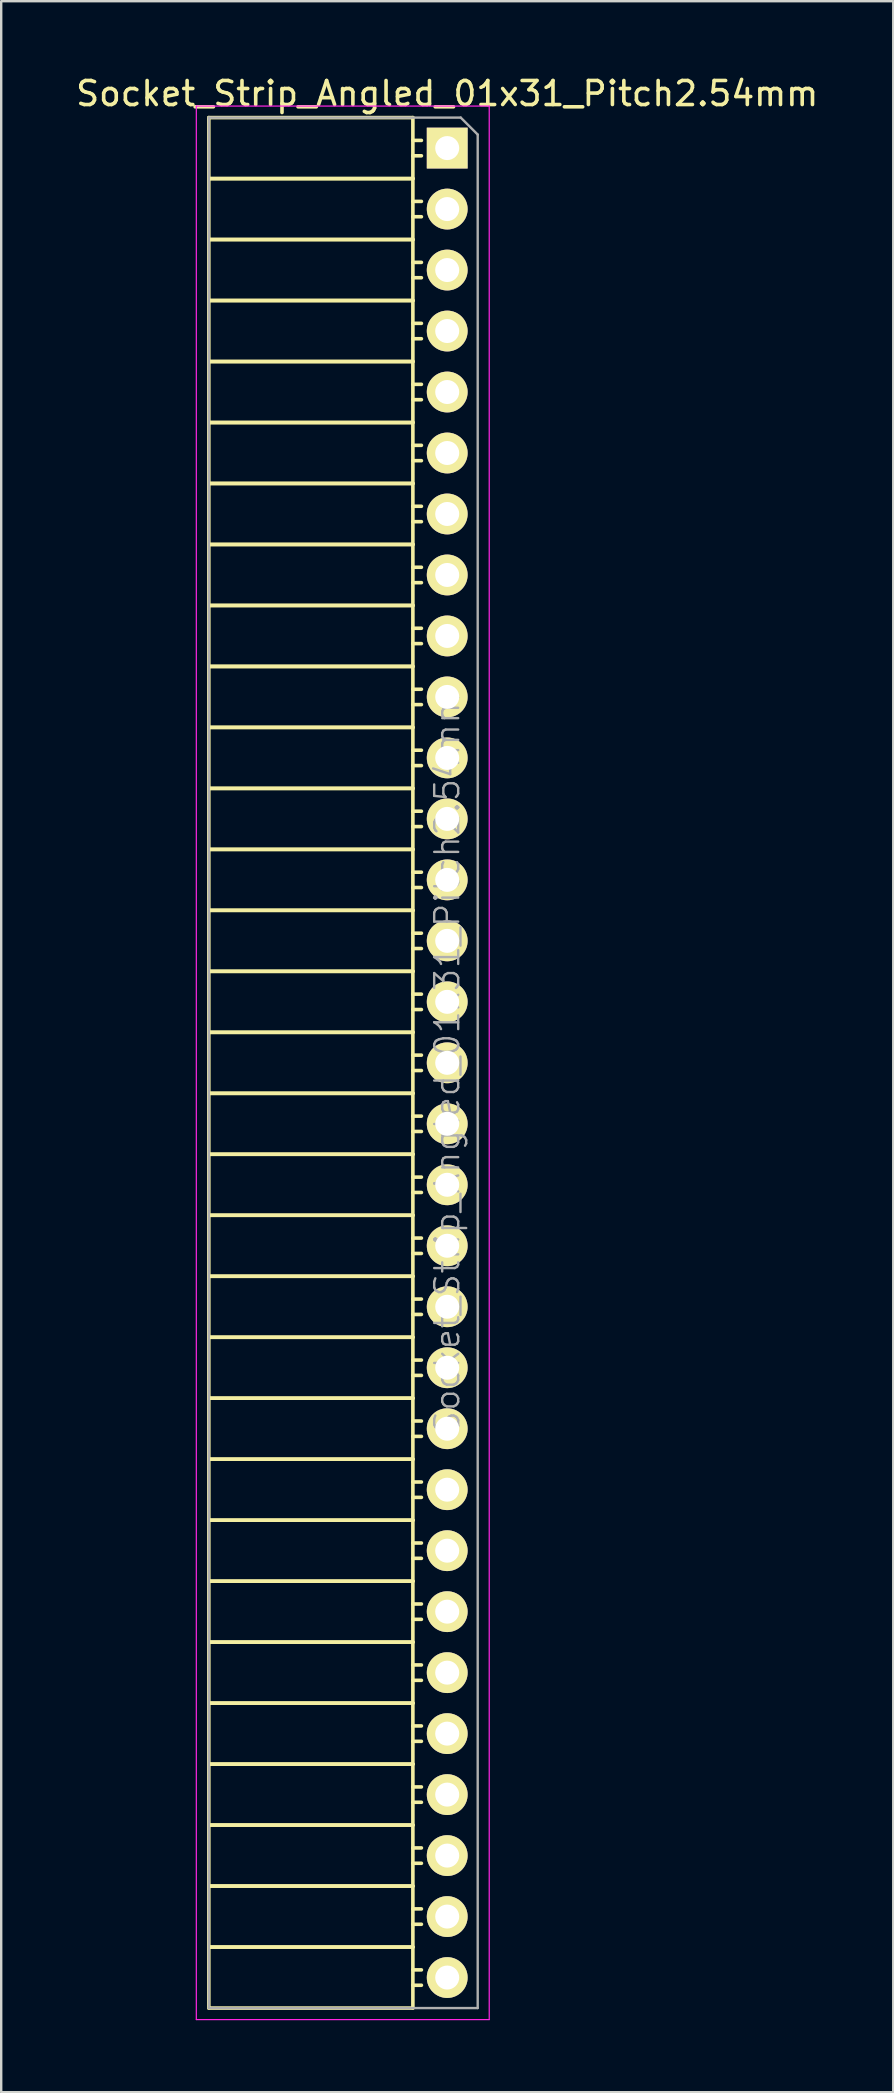
<source format=kicad_pcb>
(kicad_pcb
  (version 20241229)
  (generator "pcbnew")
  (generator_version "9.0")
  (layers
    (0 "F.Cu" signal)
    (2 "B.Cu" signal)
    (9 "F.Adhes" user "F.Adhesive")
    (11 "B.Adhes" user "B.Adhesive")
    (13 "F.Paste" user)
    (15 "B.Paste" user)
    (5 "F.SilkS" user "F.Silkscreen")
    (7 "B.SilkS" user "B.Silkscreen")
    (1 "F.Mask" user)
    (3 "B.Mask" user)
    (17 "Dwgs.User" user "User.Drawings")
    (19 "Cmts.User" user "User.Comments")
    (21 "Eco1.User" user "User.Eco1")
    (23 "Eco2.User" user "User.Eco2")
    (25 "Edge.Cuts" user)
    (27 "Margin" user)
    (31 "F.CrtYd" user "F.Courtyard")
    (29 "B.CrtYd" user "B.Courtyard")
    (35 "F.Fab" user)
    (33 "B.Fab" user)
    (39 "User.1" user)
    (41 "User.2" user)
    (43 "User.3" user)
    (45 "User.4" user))
  (footprint "Socket_Strip_Angled_01x31_Pitch2.54mm"
    (layer "F.Cu")
    (at 15.577 3.118)
    (property "Reference" "Socket_Strip_Angled_01x31_Pitch2.54mm" (at 0 -2.27 0) (layer "F.SilkS") (effects (font (size 1 1) (thickness 0.15))))
    (attr smd)
    (fp_line (start -9.93 -1.27) (end -9.93 1.27) (stroke (width 0.15) (type solid)) (layer "F.SilkS"))
    (fp_line (start -9.93 -1.27) (end -1.43 -1.27) (stroke (width 0.15) (type solid)) (layer "F.SilkS"))
    (fp_line (start -9.93 1.27) (end -9.93 3.81) (stroke (width 0.15) (type solid)) (layer "F.SilkS"))
    (fp_line (start -9.93 1.27) (end -1.43 1.27) (stroke (width 0.15) (type solid)) (layer "F.SilkS"))
    (fp_line (start -9.93 1.27) (end -1.43 1.27) (stroke (width 0.15) (type solid)) (layer "F.SilkS"))
    (fp_line (start -9.93 3.81) (end -9.93 6.35) (stroke (width 0.15) (type solid)) (layer "F.SilkS"))
    (fp_line (start -9.93 3.81) (end -1.43 3.81) (stroke (width 0.15) (type solid)) (layer "F.SilkS"))
    (fp_line (start -9.93 3.81) (end -1.43 3.81) (stroke (width 0.15) (type solid)) (layer "F.SilkS"))
    (fp_line (start -9.93 6.35) (end -9.93 8.89) (stroke (width 0.15) (type solid)) (layer "F.SilkS"))
    (fp_line (start -9.93 6.35) (end -1.43 6.35) (stroke (width 0.15) (type solid)) (layer "F.SilkS"))
    (fp_line (start -9.93 6.35) (end -1.43 6.35) (stroke (width 0.15) (type solid)) (layer "F.SilkS"))
    (fp_line (start -9.93 8.89) (end -9.93 11.43) (stroke (width 0.15) (type solid)) (layer "F.SilkS"))
    (fp_line (start -9.93 8.89) (end -1.43 8.89) (stroke (width 0.15) (type solid)) (layer "F.SilkS"))
    (fp_line (start -9.93 8.89) (end -1.43 8.89) (stroke (width 0.15) (type solid)) (layer "F.SilkS"))
    (fp_line (start -9.93 11.43) (end -9.93 13.97) (stroke (width 0.15) (type solid)) (layer "F.SilkS"))
    (fp_line (start -9.93 11.43) (end -1.43 11.43) (stroke (width 0.15) (type solid)) (layer "F.SilkS"))
    (fp_line (start -9.93 11.43) (end -1.43 11.43) (stroke (width 0.15) (type solid)) (layer "F.SilkS"))
    (fp_line (start -9.93 13.97) (end -9.93 16.51) (stroke (width 0.15) (type solid)) (layer "F.SilkS"))
    (fp_line (start -9.93 13.97) (end -1.43 13.97) (stroke (width 0.15) (type solid)) (layer "F.SilkS"))
    (fp_line (start -9.93 13.97) (end -1.43 13.97) (stroke (width 0.15) (type solid)) (layer "F.SilkS"))
    (fp_line (start -9.93 16.51) (end -9.93 19.05) (stroke (width 0.15) (type solid)) (layer "F.SilkS"))
    (fp_line (start -9.93 16.51) (end -1.43 16.51) (stroke (width 0.15) (type solid)) (layer "F.SilkS"))
    (fp_line (start -9.93 16.51) (end -1.43 16.51) (stroke (width 0.15) (type solid)) (layer "F.SilkS"))
    (fp_line (start -9.93 19.05) (end -9.93 21.59) (stroke (width 0.15) (type solid)) (layer "F.SilkS"))
    (fp_line (start -9.93 19.05) (end -1.43 19.05) (stroke (width 0.15) (type solid)) (layer "F.SilkS"))
    (fp_line (start -9.93 19.05) (end -1.43 19.05) (stroke (width 0.15) (type solid)) (layer "F.SilkS"))
    (fp_line (start -9.93 21.59) (end -9.93 24.13) (stroke (width 0.15) (type solid)) (layer "F.SilkS"))
    (fp_line (start -9.93 21.59) (end -1.43 21.59) (stroke (width 0.15) (type solid)) (layer "F.SilkS"))
    (fp_line (start -9.93 21.59) (end -1.43 21.59) (stroke (width 0.15) (type solid)) (layer "F.SilkS"))
    (fp_line (start -9.93 24.13) (end -9.93 26.67) (stroke (width 0.15) (type solid)) (layer "F.SilkS"))
    (fp_line (start -9.93 24.13) (end -1.43 24.13) (stroke (width 0.15) (type solid)) (layer "F.SilkS"))
    (fp_line (start -9.93 24.13) (end -1.43 24.13) (stroke (width 0.15) (type solid)) (layer "F.SilkS"))
    (fp_line (start -9.93 26.67) (end -9.93 29.21) (stroke (width 0.15) (type solid)) (layer "F.SilkS"))
    (fp_line (start -9.93 26.67) (end -1.43 26.67) (stroke (width 0.15) (type solid)) (layer "F.SilkS"))
    (fp_line (start -9.93 26.67) (end -1.43 26.67) (stroke (width 0.15) (type solid)) (layer "F.SilkS"))
    (fp_line (start -9.93 29.21) (end -9.93 31.75) (stroke (width 0.15) (type solid)) (layer "F.SilkS"))
    (fp_line (start -9.93 29.21) (end -1.43 29.21) (stroke (width 0.15) (type solid)) (layer "F.SilkS"))
    (fp_line (start -9.93 29.21) (end -1.43 29.21) (stroke (width 0.15) (type solid)) (layer "F.SilkS"))
    (fp_line (start -9.93 31.75) (end -9.93 34.29) (stroke (width 0.15) (type solid)) (layer "F.SilkS"))
    (fp_line (start -9.93 31.75) (end -1.43 31.75) (stroke (width 0.15) (type solid)) (layer "F.SilkS"))
    (fp_line (start -9.93 31.75) (end -1.43 31.75) (stroke (width 0.15) (type solid)) (layer "F.SilkS"))
    (fp_line (start -9.93 34.29) (end -9.93 36.83) (stroke (width 0.15) (type solid)) (layer "F.SilkS"))
    (fp_line (start -9.93 34.29) (end -1.43 34.29) (stroke (width 0.15) (type solid)) (layer "F.SilkS"))
    (fp_line (start -9.93 34.29) (end -1.43 34.29) (stroke (width 0.15) (type solid)) (layer "F.SilkS"))
    (fp_line (start -9.93 36.83) (end -9.93 39.37) (stroke (width 0.15) (type solid)) (layer "F.SilkS"))
    (fp_line (start -9.93 36.83) (end -1.43 36.83) (stroke (width 0.15) (type solid)) (layer "F.SilkS"))
    (fp_line (start -9.93 36.83) (end -1.43 36.83) (stroke (width 0.15) (type solid)) (layer "F.SilkS"))
    (fp_line (start -9.93 39.37) (end -9.93 41.91) (stroke (width 0.15) (type solid)) (layer "F.SilkS"))
    (fp_line (start -9.93 39.37) (end -1.43 39.37) (stroke (width 0.15) (type solid)) (layer "F.SilkS"))
    (fp_line (start -9.93 39.37) (end -1.43 39.37) (stroke (width 0.15) (type solid)) (layer "F.SilkS"))
    (fp_line (start -9.93 41.91) (end -9.93 44.45) (stroke (width 0.15) (type solid)) (layer "F.SilkS"))
    (fp_line (start -9.93 41.91) (end -1.43 41.91) (stroke (width 0.15) (type solid)) (layer "F.SilkS"))
    (fp_line (start -9.93 41.91) (end -1.43 41.91) (stroke (width 0.15) (type solid)) (layer "F.SilkS"))
    (fp_line (start -9.93 44.45) (end -9.93 46.99) (stroke (width 0.15) (type solid)) (layer "F.SilkS"))
    (fp_line (start -9.93 44.45) (end -1.43 44.45) (stroke (width 0.15) (type solid)) (layer "F.SilkS"))
    (fp_line (start -9.93 44.45) (end -1.43 44.45) (stroke (width 0.15) (type solid)) (layer "F.SilkS"))
    (fp_line (start -9.93 46.99) (end -9.93 49.53) (stroke (width 0.15) (type solid)) (layer "F.SilkS"))
    (fp_line (start -9.93 46.99) (end -1.43 46.99) (stroke (width 0.15) (type solid)) (layer "F.SilkS"))
    (fp_line (start -9.93 46.99) (end -1.43 46.99) (stroke (width 0.15) (type solid)) (layer "F.SilkS"))
    (fp_line (start -9.93 49.53) (end -9.93 52.07) (stroke (width 0.15) (type solid)) (layer "F.SilkS"))
    (fp_line (start -9.93 49.53) (end -1.43 49.53) (stroke (width 0.15) (type solid)) (layer "F.SilkS"))
    (fp_line (start -9.93 49.53) (end -1.43 49.53) (stroke (width 0.15) (type solid)) (layer "F.SilkS"))
    (fp_line (start -9.93 52.07) (end -9.93 54.61) (stroke (width 0.15) (type solid)) (layer "F.SilkS"))
    (fp_line (start -9.93 52.07) (end -1.43 52.07) (stroke (width 0.15) (type solid)) (layer "F.SilkS"))
    (fp_line (start -9.93 52.07) (end -1.43 52.07) (stroke (width 0.15) (type solid)) (layer "F.SilkS"))
    (fp_line (start -9.93 54.61) (end -9.93 57.15) (stroke (width 0.15) (type solid)) (layer "F.SilkS"))
    (fp_line (start -9.93 54.61) (end -1.43 54.61) (stroke (width 0.15) (type solid)) (layer "F.SilkS"))
    (fp_line (start -9.93 54.61) (end -1.43 54.61) (stroke (width 0.15) (type solid)) (layer "F.SilkS"))
    (fp_line (start -9.93 57.15) (end -9.93 59.69) (stroke (width 0.15) (type solid)) (layer "F.SilkS"))
    (fp_line (start -9.93 57.15) (end -1.43 57.15) (stroke (width 0.15) (type solid)) (layer "F.SilkS"))
    (fp_line (start -9.93 57.15) (end -1.43 57.15) (stroke (width 0.15) (type solid)) (layer "F.SilkS"))
    (fp_line (start -9.93 59.69) (end -9.93 62.23) (stroke (width 0.15) (type solid)) (layer "F.SilkS"))
    (fp_line (start -9.93 59.69) (end -1.43 59.69) (stroke (width 0.15) (type solid)) (layer "F.SilkS"))
    (fp_line (start -9.93 59.69) (end -1.43 59.69) (stroke (width 0.15) (type solid)) (layer "F.SilkS"))
    (fp_line (start -9.93 62.23) (end -9.93 64.77) (stroke (width 0.15) (type solid)) (layer "F.SilkS"))
    (fp_line (start -9.93 62.23) (end -1.43 62.23) (stroke (width 0.15) (type solid)) (layer "F.SilkS"))
    (fp_line (start -9.93 62.23) (end -1.43 62.23) (stroke (width 0.15) (type solid)) (layer "F.SilkS"))
    (fp_line (start -9.93 64.77) (end -9.93 67.31) (stroke (width 0.15) (type solid)) (layer "F.SilkS"))
    (fp_line (start -9.93 64.77) (end -1.43 64.77) (stroke (width 0.15) (type solid)) (layer "F.SilkS"))
    (fp_line (start -9.93 64.77) (end -1.43 64.77) (stroke (width 0.15) (type solid)) (layer "F.SilkS"))
    (fp_line (start -9.93 67.31) (end -9.93 69.85) (stroke (width 0.15) (type solid)) (layer "F.SilkS"))
    (fp_line (start -9.93 67.31) (end -1.43 67.31) (stroke (width 0.15) (type solid)) (layer "F.SilkS"))
    (fp_line (start -9.93 67.31) (end -1.43 67.31) (stroke (width 0.15) (type solid)) (layer "F.SilkS"))
    (fp_line (start -9.93 69.85) (end -9.93 72.39) (stroke (width 0.15) (type solid)) (layer "F.SilkS"))
    (fp_line (start -9.93 69.85) (end -1.43 69.85) (stroke (width 0.15) (type solid)) (layer "F.SilkS"))
    (fp_line (start -9.93 69.85) (end -1.43 69.85) (stroke (width 0.15) (type solid)) (layer "F.SilkS"))
    (fp_line (start -9.93 72.39) (end -9.93 74.93) (stroke (width 0.15) (type solid)) (layer "F.SilkS"))
    (fp_line (start -9.93 72.39) (end -1.43 72.39) (stroke (width 0.15) (type solid)) (layer "F.SilkS"))
    (fp_line (start -9.93 72.39) (end -1.43 72.39) (stroke (width 0.15) (type solid)) (layer "F.SilkS"))
    (fp_line (start -9.93 74.93) (end -9.93 77.47) (stroke (width 0.15) (type solid)) (layer "F.SilkS"))
    (fp_line (start -9.93 74.93) (end -1.43 74.93) (stroke (width 0.15) (type solid)) (layer "F.SilkS"))
    (fp_line (start -9.93 74.93) (end -1.43 74.93) (stroke (width 0.15) (type solid)) (layer "F.SilkS"))
    (fp_line (start -9.93 77.47) (end -1.43 77.47) (stroke (width 0.15) (type solid)) (layer "F.SilkS"))
    (fp_line (start -1.43 -1.27) (end -1.43 1.27) (stroke (width 0.15) (type solid)) (layer "F.SilkS"))
    (fp_line (start -1.43 -0.32) (end -1.075 -0.32) (stroke (width 0.15) (type solid)) (layer "F.SilkS"))
    (fp_line (start -1.43 0.32) (end -1.075 0.32) (stroke (width 0.15) (type solid)) (layer "F.SilkS"))
    (fp_line (start -1.43 1.27) (end -1.43 3.81) (stroke (width 0.15) (type solid)) (layer "F.SilkS"))
    (fp_line (start -1.43 2.22) (end -1.075 2.22) (stroke (width 0.15) (type solid)) (layer "F.SilkS"))
    (fp_line (start -1.43 2.86) (end -1.075 2.86) (stroke (width 0.15) (type solid)) (layer "F.SilkS"))
    (fp_line (start -1.43 3.81) (end -1.43 6.35) (stroke (width 0.15) (type solid)) (layer "F.SilkS"))
    (fp_line (start -1.43 4.76) (end -1.075 4.76) (stroke (width 0.15) (type solid)) (layer "F.SilkS"))
    (fp_line (start -1.43 5.4) (end -1.075 5.4) (stroke (width 0.15) (type solid)) (layer "F.SilkS"))
    (fp_line (start -1.43 6.35) (end -1.43 8.89) (stroke (width 0.15) (type solid)) (layer "F.SilkS"))
    (fp_line (start -1.43 7.3) (end -1.075 7.3) (stroke (width 0.15) (type solid)) (layer "F.SilkS"))
    (fp_line (start -1.43 7.94) (end -1.075 7.94) (stroke (width 0.15) (type solid)) (layer "F.SilkS"))
    (fp_line (start -1.43 8.89) (end -1.43 11.43) (stroke (width 0.15) (type solid)) (layer "F.SilkS"))
    (fp_line (start -1.43 9.84) (end -1.075 9.84) (stroke (width 0.15) (type solid)) (layer "F.SilkS"))
    (fp_line (start -1.43 10.48) (end -1.075 10.48) (stroke (width 0.15) (type solid)) (layer "F.SilkS"))
    (fp_line (start -1.43 11.43) (end -1.43 13.97) (stroke (width 0.15) (type solid)) (layer "F.SilkS"))
    (fp_line (start -1.43 12.38) (end -1.075 12.38) (stroke (width 0.15) (type solid)) (layer "F.SilkS"))
    (fp_line (start -1.43 13.02) (end -1.075 13.02) (stroke (width 0.15) (type solid)) (layer "F.SilkS"))
    (fp_line (start -1.43 13.97) (end -1.43 16.51) (stroke (width 0.15) (type solid)) (layer "F.SilkS"))
    (fp_line (start -1.43 14.92) (end -1.075 14.92) (stroke (width 0.15) (type solid)) (layer "F.SilkS"))
    (fp_line (start -1.43 15.56) (end -1.075 15.56) (stroke (width 0.15) (type solid)) (layer "F.SilkS"))
    (fp_line (start -1.43 16.51) (end -1.43 19.05) (stroke (width 0.15) (type solid)) (layer "F.SilkS"))
    (fp_line (start -1.43 17.46) (end -1.075 17.46) (stroke (width 0.15) (type solid)) (layer "F.SilkS"))
    (fp_line (start -1.43 18.1) (end -1.075 18.1) (stroke (width 0.15) (type solid)) (layer "F.SilkS"))
    (fp_line (start -1.43 19.05) (end -1.43 21.59) (stroke (width 0.15) (type solid)) (layer "F.SilkS"))
    (fp_line (start -1.43 20) (end -1.075 20) (stroke (width 0.15) (type solid)) (layer "F.SilkS"))
    (fp_line (start -1.43 20.64) (end -1.075 20.64) (stroke (width 0.15) (type solid)) (layer "F.SilkS"))
    (fp_line (start -1.43 21.59) (end -1.43 24.13) (stroke (width 0.15) (type solid)) (layer "F.SilkS"))
    (fp_line (start -1.43 22.54) (end -1.075 22.54) (stroke (width 0.15) (type solid)) (layer "F.SilkS"))
    (fp_line (start -1.43 23.18) (end -1.075 23.18) (stroke (width 0.15) (type solid)) (layer "F.SilkS"))
    (fp_line (start -1.43 24.13) (end -1.43 26.67) (stroke (width 0.15) (type solid)) (layer "F.SilkS"))
    (fp_line (start -1.43 25.08) (end -1.075 25.08) (stroke (width 0.15) (type solid)) (layer "F.SilkS"))
    (fp_line (start -1.43 25.72) (end -1.075 25.72) (stroke (width 0.15) (type solid)) (layer "F.SilkS"))
    (fp_line (start -1.43 26.67) (end -1.43 29.21) (stroke (width 0.15) (type solid)) (layer "F.SilkS"))
    (fp_line (start -1.43 27.62) (end -1.075 27.62) (stroke (width 0.15) (type solid)) (layer "F.SilkS"))
    (fp_line (start -1.43 28.26) (end -1.075 28.26) (stroke (width 0.15) (type solid)) (layer "F.SilkS"))
    (fp_line (start -1.43 29.21) (end -1.43 31.75) (stroke (width 0.15) (type solid)) (layer "F.SilkS"))
    (fp_line (start -1.43 30.16) (end -1.075 30.16) (stroke (width 0.15) (type solid)) (layer "F.SilkS"))
    (fp_line (start -1.43 30.8) (end -1.075 30.8) (stroke (width 0.15) (type solid)) (layer "F.SilkS"))
    (fp_line (start -1.43 31.75) (end -1.43 34.29) (stroke (width 0.15) (type solid)) (layer "F.SilkS"))
    (fp_line (start -1.43 32.7) (end -1.075 32.7) (stroke (width 0.15) (type solid)) (layer "F.SilkS"))
    (fp_line (start -1.43 33.34) (end -1.075 33.34) (stroke (width 0.15) (type solid)) (layer "F.SilkS"))
    (fp_line (start -1.43 34.29) (end -1.43 36.83) (stroke (width 0.15) (type solid)) (layer "F.SilkS"))
    (fp_line (start -1.43 35.24) (end -1.075 35.24) (stroke (width 0.15) (type solid)) (layer "F.SilkS"))
    (fp_line (start -1.43 35.88) (end -1.075 35.88) (stroke (width 0.15) (type solid)) (layer "F.SilkS"))
    (fp_line (start -1.43 36.83) (end -1.43 39.37) (stroke (width 0.15) (type solid)) (layer "F.SilkS"))
    (fp_line (start -1.43 37.78) (end -1.075 37.78) (stroke (width 0.15) (type solid)) (layer "F.SilkS"))
    (fp_line (start -1.43 38.42) (end -1.075 38.42) (stroke (width 0.15) (type solid)) (layer "F.SilkS"))
    (fp_line (start -1.43 39.37) (end -1.43 41.91) (stroke (width 0.15) (type solid)) (layer "F.SilkS"))
    (fp_line (start -1.43 40.32) (end -1.075 40.32) (stroke (width 0.15) (type solid)) (layer "F.SilkS"))
    (fp_line (start -1.43 40.96) (end -1.075 40.96) (stroke (width 0.15) (type solid)) (layer "F.SilkS"))
    (fp_line (start -1.43 41.91) (end -1.43 44.45) (stroke (width 0.15) (type solid)) (layer "F.SilkS"))
    (fp_line (start -1.43 42.86) (end -1.075 42.86) (stroke (width 0.15) (type solid)) (layer "F.SilkS"))
    (fp_line (start -1.43 43.5) (end -1.075 43.5) (stroke (width 0.15) (type solid)) (layer "F.SilkS"))
    (fp_line (start -1.43 44.45) (end -1.43 46.99) (stroke (width 0.15) (type solid)) (layer "F.SilkS"))
    (fp_line (start -1.43 45.4) (end -1.075 45.4) (stroke (width 0.15) (type solid)) (layer "F.SilkS"))
    (fp_line (start -1.43 46.04) (end -1.075 46.04) (stroke (width 0.15) (type solid)) (layer "F.SilkS"))
    (fp_line (start -1.43 46.99) (end -1.43 49.53) (stroke (width 0.15) (type solid)) (layer "F.SilkS"))
    (fp_line (start -1.43 47.94) (end -1.075 47.94) (stroke (width 0.15) (type solid)) (layer "F.SilkS"))
    (fp_line (start -1.43 48.58) (end -1.075 48.58) (stroke (width 0.15) (type solid)) (layer "F.SilkS"))
    (fp_line (start -1.43 49.53) (end -1.43 52.07) (stroke (width 0.15) (type solid)) (layer "F.SilkS"))
    (fp_line (start -1.43 50.48) (end -1.075 50.48) (stroke (width 0.15) (type solid)) (layer "F.SilkS"))
    (fp_line (start -1.43 51.12) (end -1.075 51.12) (stroke (width 0.15) (type solid)) (layer "F.SilkS"))
    (fp_line (start -1.43 52.07) (end -1.43 54.61) (stroke (width 0.15) (type solid)) (layer "F.SilkS"))
    (fp_line (start -1.43 53.02) (end -1.075 53.02) (stroke (width 0.15) (type solid)) (layer "F.SilkS"))
    (fp_line (start -1.43 53.66) (end -1.075 53.66) (stroke (width 0.15) (type solid)) (layer "F.SilkS"))
    (fp_line (start -1.43 54.61) (end -1.43 57.15) (stroke (width 0.15) (type solid)) (layer "F.SilkS"))
    (fp_line (start -1.43 55.56) (end -1.075 55.56) (stroke (width 0.15) (type solid)) (layer "F.SilkS"))
    (fp_line (start -1.43 56.2) (end -1.075 56.2) (stroke (width 0.15) (type solid)) (layer "F.SilkS"))
    (fp_line (start -1.43 57.15) (end -1.43 59.69) (stroke (width 0.15) (type solid)) (layer "F.SilkS"))
    (fp_line (start -1.43 58.1) (end -1.075 58.1) (stroke (width 0.15) (type solid)) (layer "F.SilkS"))
    (fp_line (start -1.43 58.74) (end -1.075 58.74) (stroke (width 0.15) (type solid)) (layer "F.SilkS"))
    (fp_line (start -1.43 59.69) (end -1.43 62.23) (stroke (width 0.15) (type solid)) (layer "F.SilkS"))
    (fp_line (start -1.43 60.64) (end -1.075 60.64) (stroke (width 0.15) (type solid)) (layer "F.SilkS"))
    (fp_line (start -1.43 61.28) (end -1.075 61.28) (stroke (width 0.15) (type solid)) (layer "F.SilkS"))
    (fp_line (start -1.43 62.23) (end -1.43 64.77) (stroke (width 0.15) (type solid)) (layer "F.SilkS"))
    (fp_line (start -1.43 63.18) (end -1.075 63.18) (stroke (width 0.15) (type solid)) (layer "F.SilkS"))
    (fp_line (start -1.43 63.82) (end -1.075 63.82) (stroke (width 0.15) (type solid)) (layer "F.SilkS"))
    (fp_line (start -1.43 64.77) (end -1.43 67.31) (stroke (width 0.15) (type solid)) (layer "F.SilkS"))
    (fp_line (start -1.43 65.72) (end -1.075 65.72) (stroke (width 0.15) (type solid)) (layer "F.SilkS"))
    (fp_line (start -1.43 66.36) (end -1.075 66.36) (stroke (width 0.15) (type solid)) (layer "F.SilkS"))
    (fp_line (start -1.43 67.31) (end -1.43 69.85) (stroke (width 0.15) (type solid)) (layer "F.SilkS"))
    (fp_line (start -1.43 68.26) (end -1.075 68.26) (stroke (width 0.15) (type solid)) (layer "F.SilkS"))
    (fp_line (start -1.43 68.9) (end -1.075 68.9) (stroke (width 0.15) (type solid)) (layer "F.SilkS"))
    (fp_line (start -1.43 69.85) (end -1.43 72.39) (stroke (width 0.15) (type solid)) (layer "F.SilkS"))
    (fp_line (start -1.43 70.8) (end -1.075 70.8) (stroke (width 0.15) (type solid)) (layer "F.SilkS"))
    (fp_line (start -1.43 71.44) (end -1.075 71.44) (stroke (width 0.15) (type solid)) (layer "F.SilkS"))
    (fp_line (start -1.43 72.39) (end -1.43 74.93) (stroke (width 0.15) (type solid)) (layer "F.SilkS"))
    (fp_line (start -1.43 73.34) (end -1.075 73.34) (stroke (width 0.15) (type solid)) (layer "F.SilkS"))
    (fp_line (start -1.43 73.98) (end -1.075 73.98) (stroke (width 0.15) (type solid)) (layer "F.SilkS"))
    (fp_line (start -1.43 74.93) (end -1.43 77.47) (stroke (width 0.15) (type solid)) (layer "F.SilkS"))
    (fp_line (start -1.43 75.88) (end -1.075 75.88) (stroke (width 0.15) (type solid)) (layer "F.SilkS"))
    (fp_line (start -1.43 76.52) (end -1.075 76.52) (stroke (width 0.15) (type solid)) (layer "F.SilkS"))
    (fp_line (start -10.45 -1.75) (end 1.75 -1.75) (stroke (width 0.05) (type solid)) (layer "F.CrtYd"))
    (fp_line (start -10.45 77.95) (end -10.45 -1.75) (stroke (width 0.05) (type solid)) (layer "F.CrtYd"))
    (fp_line (start -10.45 77.95) (end 1.75 77.95) (stroke (width 0.05) (type solid)) (layer "F.CrtYd"))
    (fp_line (start 1.75 77.95) (end 1.75 -1.75) (stroke (width 0.05) (type solid)) (layer "F.CrtYd"))
    (fp_line (start -9.93 -1.27) (end 0.563 -1.27) (stroke (width 0.1) (type solid)) (layer "F.Fab"))
    (fp_line (start -9.93 77.47) (end -9.93 -1.27) (stroke (width 0.1) (type solid)) (layer "F.Fab"))
    (fp_line (start -9.93 77.47) (end 1.27 77.47) (stroke (width 0.1) (type solid)) (layer "F.Fab"))
    (fp_line (start 1.27 -0.563) (end 0.563 -1.27) (stroke (width 0.1) (type solid)) (layer "F.Fab"))
    (fp_line (start 1.27 77.47) (end 1.27 -0.563) (stroke (width 0.1) (type solid)) (layer "F.Fab"))
    (fp_text user "${REFERENCE}" (at 0 38.1 90) (layer "F.Fab") (effects (font (size 1 1) (thickness 0.1))))
    (pad "1" thru_hole rect (at 0 0) (size 1.7 1.7) (drill 1) (layers "*.Cu" "*.Mask" "F.SilkS"))
    (pad "2" thru_hole oval (at 0 2.54) (size 1.7 1.7) (drill 1) (layers "*.Cu" "*.Mask" "F.SilkS"))
    (pad "3" thru_hole oval (at 0 5.08) (size 1.7 1.7) (drill 1) (layers "*.Cu" "*.Mask" "F.SilkS"))
    (pad "4" thru_hole oval (at 0 7.62) (size 1.7 1.7) (drill 1) (layers "*.Cu" "*.Mask" "F.SilkS"))
    (pad "5" thru_hole oval (at 0 10.16) (size 1.7 1.7) (drill 1) (layers "*.Cu" "*.Mask" "F.SilkS"))
    (pad "6" thru_hole oval (at 0 12.7) (size 1.7 1.7) (drill 1) (layers "*.Cu" "*.Mask" "F.SilkS"))
    (pad "7" thru_hole oval (at 0 15.24) (size 1.7 1.7) (drill 1) (layers "*.Cu" "*.Mask" "F.SilkS"))
    (pad "8" thru_hole oval (at 0 17.78) (size 1.7 1.7) (drill 1) (layers "*.Cu" "*.Mask" "F.SilkS"))
    (pad "9" thru_hole oval (at 0 20.32) (size 1.7 1.7) (drill 1) (layers "*.Cu" "*.Mask" "F.SilkS"))
    (pad "10" thru_hole oval (at 0 22.86) (size 1.7 1.7) (drill 1) (layers "*.Cu" "*.Mask" "F.SilkS"))
    (pad "11" thru_hole oval (at 0 25.4) (size 1.7 1.7) (drill 1) (layers "*.Cu" "*.Mask" "F.SilkS"))
    (pad "12" thru_hole oval (at 0 27.94) (size 1.7 1.7) (drill 1) (layers "*.Cu" "*.Mask" "F.SilkS"))
    (pad "13" thru_hole oval (at 0 30.48) (size 1.7 1.7) (drill 1) (layers "*.Cu" "*.Mask" "F.SilkS"))
    (pad "14" thru_hole oval (at 0 33.02) (size 1.7 1.7) (drill 1) (layers "*.Cu" "*.Mask" "F.SilkS"))
    (pad "15" thru_hole oval (at 0 35.56) (size 1.7 1.7) (drill 1) (layers "*.Cu" "*.Mask" "F.SilkS"))
    (pad "16" thru_hole oval (at 0 38.1) (size 1.7 1.7) (drill 1) (layers "*.Cu" "*.Mask" "F.SilkS"))
    (pad "17" thru_hole oval (at 0 40.64) (size 1.7 1.7) (drill 1) (layers "*.Cu" "*.Mask" "F.SilkS"))
    (pad "18" thru_hole oval (at 0 43.18) (size 1.7 1.7) (drill 1) (layers "*.Cu" "*.Mask" "F.SilkS"))
    (pad "19" thru_hole oval (at 0 45.72) (size 1.7 1.7) (drill 1) (layers "*.Cu" "*.Mask" "F.SilkS"))
    (pad "20" thru_hole oval (at 0 48.26) (size 1.7 1.7) (drill 1) (layers "*.Cu" "*.Mask" "F.SilkS"))
    (pad "21" thru_hole oval (at 0 50.8) (size 1.7 1.7) (drill 1) (layers "*.Cu" "*.Mask" "F.SilkS"))
    (pad "22" thru_hole oval (at 0 53.34) (size 1.7 1.7) (drill 1) (layers "*.Cu" "*.Mask" "F.SilkS"))
    (pad "23" thru_hole oval (at 0 55.88) (size 1.7 1.7) (drill 1) (layers "*.Cu" "*.Mask" "F.SilkS"))
    (pad "24" thru_hole oval (at 0 58.42) (size 1.7 1.7) (drill 1) (layers "*.Cu" "*.Mask" "F.SilkS"))
    (pad "25" thru_hole oval (at 0 60.96) (size 1.7 1.7) (drill 1) (layers "*.Cu" "*.Mask" "F.SilkS"))
    (pad "26" thru_hole oval (at 0 63.5) (size 1.7 1.7) (drill 1) (layers "*.Cu" "*.Mask" "F.SilkS"))
    (pad "27" thru_hole oval (at 0 66.04) (size 1.7 1.7) (drill 1) (layers "*.Cu" "*.Mask" "F.SilkS"))
    (pad "28" thru_hole oval (at 0 68.58) (size 1.7 1.7) (drill 1) (layers "*.Cu" "*.Mask" "F.SilkS"))
    (pad "29" thru_hole oval (at 0 71.12) (size 1.7 1.7) (drill 1) (layers "*.Cu" "*.Mask" "F.SilkS"))
    (pad "30" thru_hole oval (at 0 73.66) (size 1.7 1.7) (drill 1) (layers "*.Cu" "*.Mask" "F.SilkS"))
    (pad "31" thru_hole oval (at 0 76.2) (size 1.7 1.7) (drill 1) (layers "*.Cu" "*.Mask" "F.SilkS")))
  (gr_rect
    (start -3 -3)
    (end 34.155 84.093)
    (stroke (width 0.1) (type default))
    (fill no)
    (layer "Edge.Cuts")))
</source>
